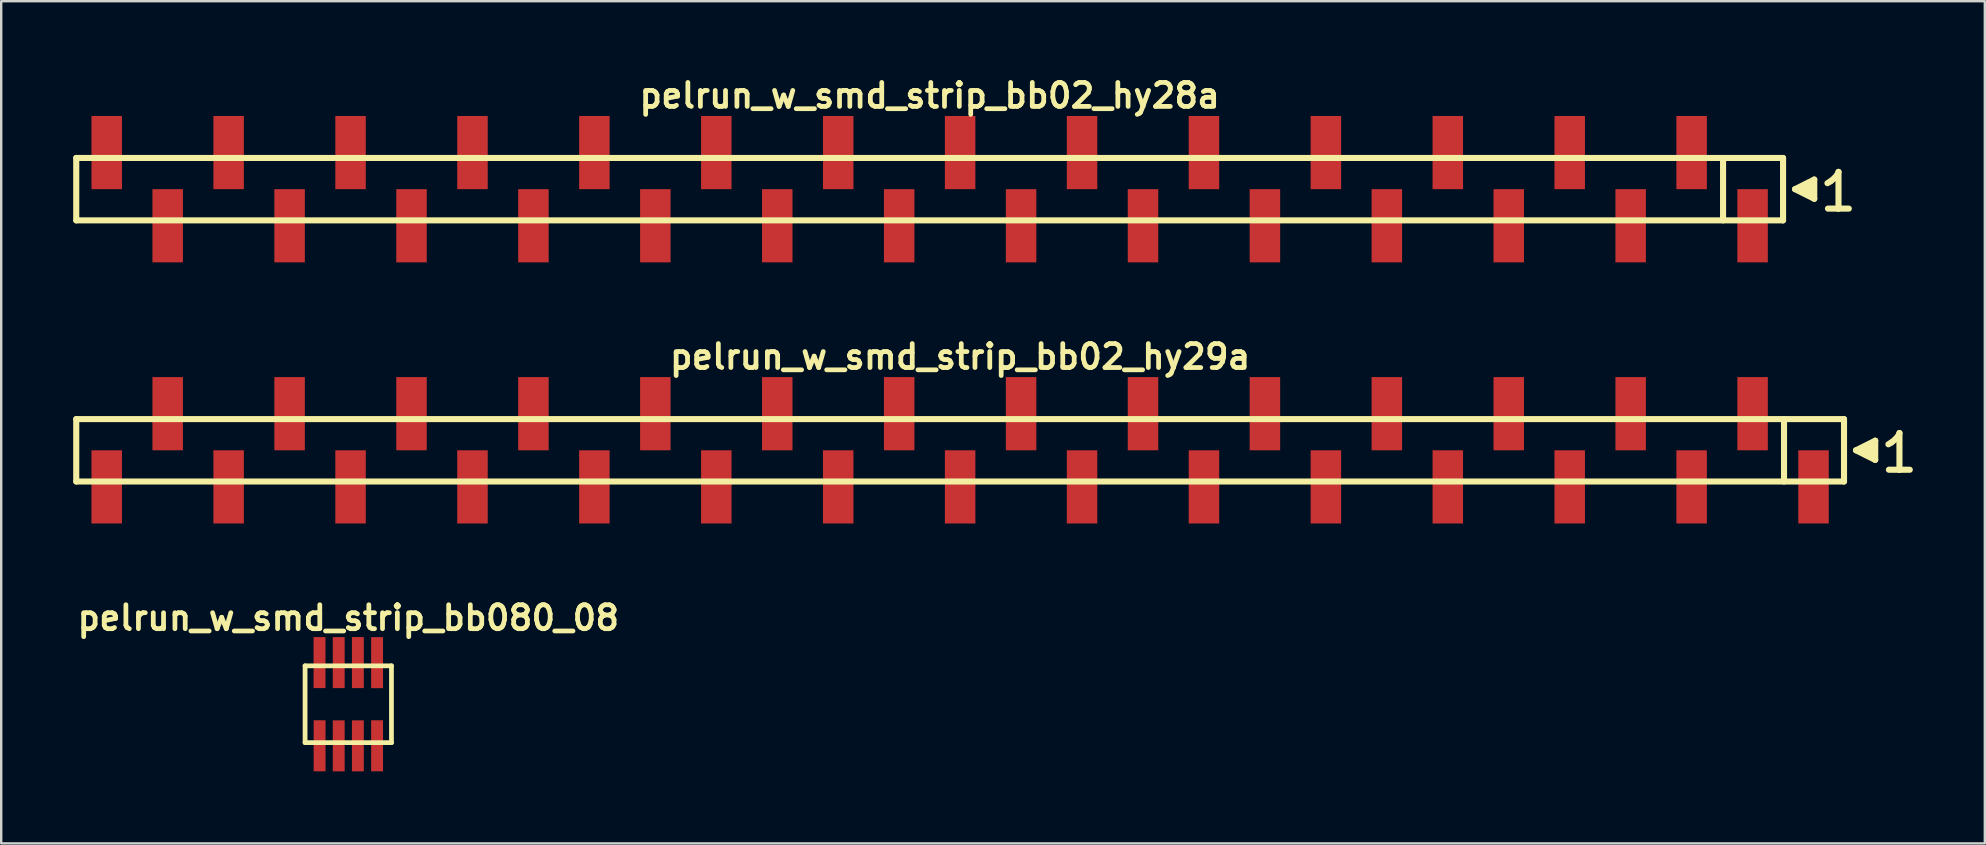
<source format=kicad_pcb>
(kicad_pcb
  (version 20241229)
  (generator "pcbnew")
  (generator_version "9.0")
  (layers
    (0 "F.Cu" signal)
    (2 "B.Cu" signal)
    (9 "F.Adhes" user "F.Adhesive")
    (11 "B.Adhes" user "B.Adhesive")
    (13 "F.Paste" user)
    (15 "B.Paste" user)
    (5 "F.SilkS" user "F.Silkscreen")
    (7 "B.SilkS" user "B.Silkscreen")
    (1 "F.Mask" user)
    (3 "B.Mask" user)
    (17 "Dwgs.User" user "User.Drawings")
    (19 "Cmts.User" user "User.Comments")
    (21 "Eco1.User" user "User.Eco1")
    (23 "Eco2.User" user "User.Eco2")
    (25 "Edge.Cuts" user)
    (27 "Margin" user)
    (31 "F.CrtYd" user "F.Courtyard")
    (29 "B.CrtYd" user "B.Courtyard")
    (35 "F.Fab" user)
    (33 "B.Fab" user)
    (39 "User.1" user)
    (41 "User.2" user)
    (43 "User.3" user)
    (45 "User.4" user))
  (footprint "pelrun_w_smd_strip_bb02_hy28a"
    (layer "F.Cu")
    (at 35.687 4.832)
    (property "Reference" "pelrun_w_smd_strip_bb02_hy28a" (at 0 -3.9 0) (layer "F.SilkS") (effects (font (size 0.998 0.998) (thickness 0.198))))
    (attr through_hole)
    (fp_line (start -35.56 -1.3) (end 35.56 -1.3) (stroke (width 0.254) (type solid)) (layer "F.SilkS"))
    (fp_line (start -35.56 1.3) (end -35.56 -1.3) (stroke (width 0.254) (type solid)) (layer "F.SilkS"))
    (fp_line (start 33.06 1.3) (end 33.06 -1.3) (stroke (width 0.254) (type solid)) (layer "F.SilkS"))
    (fp_line (start 35.56 -1.3) (end 35.56 1.3) (stroke (width 0.254) (type solid)) (layer "F.SilkS"))
    (fp_line (start 35.56 1.3) (end -35.56 1.3) (stroke (width 0.254) (type solid)) (layer "F.SilkS"))
    (fp_line (start 36.06 0) (end 36.86 0.4) (stroke (width 0.254) (type solid)) (layer "F.SilkS"))
    (fp_line (start 36.36 0.1) (end 36.36 -0.1) (stroke (width 0.254) (type solid)) (layer "F.SilkS"))
    (fp_line (start 36.46 -0.1) (end 36.46 0.1) (stroke (width 0.254) (type solid)) (layer "F.SilkS"))
    (fp_line (start 36.56 0.2) (end 36.56 -0.2) (stroke (width 0.254) (type solid)) (layer "F.SilkS"))
    (fp_line (start 36.66 -0.2) (end 36.66 0.2) (stroke (width 0.254) (type solid)) (layer "F.SilkS"))
    (fp_line (start 36.76 0.3) (end 36.76 -0.3) (stroke (width 0.254) (type solid)) (layer "F.SilkS"))
    (fp_line (start 36.86 -0.4) (end 36.06 0) (stroke (width 0.254) (type solid)) (layer "F.SilkS"))
    (fp_line (start 36.86 0.4) (end 36.86 -0.4) (stroke (width 0.254) (type solid)) (layer "F.SilkS"))
    (fp_line (start 37.41 -0.25) (end 37.54 -0.33) (stroke (width 0.254) (type solid)) (layer "F.SilkS"))
    (fp_line (start 37.54 -0.33) (end 37.7 -0.46) (stroke (width 0.254) (type solid)) (layer "F.SilkS"))
    (fp_line (start 37.7 -0.46) (end 37.84 -0.63) (stroke (width 0.254) (type solid)) (layer "F.SilkS"))
    (fp_line (start 37.84 -0.63) (end 37.87 -0.72) (stroke (width 0.254) (type solid)) (layer "F.SilkS"))
    (fp_line (start 37.87 -0.72) (end 37.87 0.81) (stroke (width 0.254) (type solid)) (layer "F.SilkS"))
    (fp_line (start 37.87 0.81) (end 37.43 0.81) (stroke (width 0.254) (type solid)) (layer "F.SilkS"))
    (fp_line (start 38.3 0.81) (end 37.86 0.81) (stroke (width 0.254) (type solid)) (layer "F.SilkS"))
    (pad "1" smd rect (at 34.29 1.525) (size 1.27 3.05) (layers "F.Cu" "F.Mask" "F.Paste"))
    (pad "2" smd rect (at 31.75 -1.525) (size 1.27 3.05) (layers "F.Cu" "F.Mask" "F.Paste"))
    (pad "3" smd rect (at 29.21 1.525) (size 1.27 3.05) (layers "F.Cu" "F.Mask" "F.Paste"))
    (pad "4" smd rect (at 26.67 -1.525) (size 1.27 3.05) (layers "F.Cu" "F.Mask" "F.Paste"))
    (pad "5" smd rect (at 24.13 1.525) (size 1.27 3.05) (layers "F.Cu" "F.Mask" "F.Paste"))
    (pad "6" smd rect (at 21.59 -1.525) (size 1.27 3.05) (layers "F.Cu" "F.Mask" "F.Paste"))
    (pad "7" smd rect (at 19.05 1.525) (size 1.27 3.05) (layers "F.Cu" "F.Mask" "F.Paste"))
    (pad "8" smd rect (at 16.51 -1.525) (size 1.27 3.05) (layers "F.Cu" "F.Mask" "F.Paste"))
    (pad "9" smd rect (at 13.97 1.525) (size 1.27 3.05) (layers "F.Cu" "F.Mask" "F.Paste"))
    (pad "10" smd rect (at 11.43 -1.525) (size 1.27 3.05) (layers "F.Cu" "F.Mask" "F.Paste"))
    (pad "11" smd rect (at 8.89 1.525) (size 1.27 3.05) (layers "F.Cu" "F.Mask" "F.Paste"))
    (pad "12" smd rect (at 6.35 -1.525) (size 1.27 3.05) (layers "F.Cu" "F.Mask" "F.Paste"))
    (pad "13" smd rect (at 3.81 1.525) (size 1.27 3.05) (layers "F.Cu" "F.Mask" "F.Paste"))
    (pad "14" smd rect (at 1.27 -1.525) (size 1.27 3.05) (layers "F.Cu" "F.Mask" "F.Paste"))
    (pad "15" smd rect (at -1.27 1.525) (size 1.27 3.05) (layers "F.Cu" "F.Mask" "F.Paste"))
    (pad "16" smd rect (at -3.81 -1.525) (size 1.27 3.05) (layers "F.Cu" "F.Mask" "F.Paste"))
    (pad "17" smd rect (at -6.35 1.525) (size 1.27 3.05) (layers "F.Cu" "F.Mask" "F.Paste"))
    (pad "18" smd rect (at -8.89 -1.525) (size 1.27 3.05) (layers "F.Cu" "F.Mask" "F.Paste"))
    (pad "19" smd rect (at -11.43 1.525) (size 1.27 3.05) (layers "F.Cu" "F.Mask" "F.Paste"))
    (pad "20" smd rect (at -13.97 -1.525) (size 1.27 3.05) (layers "F.Cu" "F.Mask" "F.Paste"))
    (pad "21" smd rect (at -16.51 1.525) (size 1.27 3.05) (layers "F.Cu" "F.Mask" "F.Paste"))
    (pad "22" smd rect (at -19.05 -1.525) (size 1.27 3.05) (layers "F.Cu" "F.Mask" "F.Paste"))
    (pad "23" smd rect (at -21.59 1.525) (size 1.27 3.05) (layers "F.Cu" "F.Mask" "F.Paste"))
    (pad "24" smd rect (at -24.13 -1.525) (size 1.27 3.05) (layers "F.Cu" "F.Mask" "F.Paste"))
    (pad "25" smd rect (at -26.67 1.525) (size 1.27 3.05) (layers "F.Cu" "F.Mask" "F.Paste"))
    (pad "26" smd rect (at -29.21 -1.525) (size 1.27 3.05) (layers "F.Cu" "F.Mask" "F.Paste"))
    (pad "27" smd rect (at -31.75 1.525) (size 1.27 3.05) (layers "F.Cu" "F.Mask" "F.Paste"))
    (pad "28" smd rect (at -34.29 -1.525) (size 1.27 3.05) (layers "F.Cu" "F.Mask" "F.Paste")))
  (footprint "pelrun_w_smd_strip_bb02_hy29a"
    (layer "F.Cu")
    (at 36.957 15.713)
    (property "Reference" "pelrun_w_smd_strip_bb02_hy29a" (at 0 -3.9 0) (layer "F.SilkS") (effects (font (size 0.998 0.998) (thickness 0.198))))
    (attr through_hole)
    (fp_line (start -36.83 -1.3) (end 36.83 -1.3) (stroke (width 0.254) (type solid)) (layer "F.SilkS"))
    (fp_line (start -36.83 1.3) (end -36.83 -1.3) (stroke (width 0.254) (type solid)) (layer "F.SilkS"))
    (fp_line (start 34.33 1.3) (end 34.33 -1.3) (stroke (width 0.254) (type solid)) (layer "F.SilkS"))
    (fp_line (start 36.83 -1.3) (end 36.83 1.3) (stroke (width 0.254) (type solid)) (layer "F.SilkS"))
    (fp_line (start 36.83 1.3) (end -36.83 1.3) (stroke (width 0.254) (type solid)) (layer "F.SilkS"))
    (fp_line (start 37.33 0) (end 38.13 0.4) (stroke (width 0.254) (type solid)) (layer "F.SilkS"))
    (fp_line (start 37.63 0.1) (end 37.63 -0.1) (stroke (width 0.254) (type solid)) (layer "F.SilkS"))
    (fp_line (start 37.73 -0.1) (end 37.73 0.1) (stroke (width 0.254) (type solid)) (layer "F.SilkS"))
    (fp_line (start 37.83 0.2) (end 37.83 -0.2) (stroke (width 0.254) (type solid)) (layer "F.SilkS"))
    (fp_line (start 37.93 -0.2) (end 37.93 0.2) (stroke (width 0.254) (type solid)) (layer "F.SilkS"))
    (fp_line (start 38.03 0.3) (end 38.03 -0.3) (stroke (width 0.254) (type solid)) (layer "F.SilkS"))
    (fp_line (start 38.13 -0.4) (end 37.33 0) (stroke (width 0.254) (type solid)) (layer "F.SilkS"))
    (fp_line (start 38.13 0.4) (end 38.13 -0.4) (stroke (width 0.254) (type solid)) (layer "F.SilkS"))
    (fp_line (start 38.68 -0.25) (end 38.81 -0.33) (stroke (width 0.254) (type solid)) (layer "F.SilkS"))
    (fp_line (start 38.81 -0.33) (end 38.97 -0.46) (stroke (width 0.254) (type solid)) (layer "F.SilkS"))
    (fp_line (start 38.97 -0.46) (end 39.11 -0.63) (stroke (width 0.254) (type solid)) (layer "F.SilkS"))
    (fp_line (start 39.11 -0.63) (end 39.14 -0.72) (stroke (width 0.254) (type solid)) (layer "F.SilkS"))
    (fp_line (start 39.14 -0.72) (end 39.14 0.81) (stroke (width 0.254) (type solid)) (layer "F.SilkS"))
    (fp_line (start 39.14 0.81) (end 38.7 0.81) (stroke (width 0.254) (type solid)) (layer "F.SilkS"))
    (fp_line (start 39.57 0.81) (end 39.13 0.81) (stroke (width 0.254) (type solid)) (layer "F.SilkS"))
    (pad "1" smd rect (at 35.56 1.525) (size 1.27 3.05) (layers "F.Cu" "F.Mask" "F.Paste"))
    (pad "2" smd rect (at 33.02 -1.525) (size 1.27 3.05) (layers "F.Cu" "F.Mask" "F.Paste"))
    (pad "3" smd rect (at 30.48 1.525) (size 1.27 3.05) (layers "F.Cu" "F.Mask" "F.Paste"))
    (pad "4" smd rect (at 27.94 -1.525) (size 1.27 3.05) (layers "F.Cu" "F.Mask" "F.Paste"))
    (pad "5" smd rect (at 25.4 1.525) (size 1.27 3.05) (layers "F.Cu" "F.Mask" "F.Paste"))
    (pad "6" smd rect (at 22.86 -1.525) (size 1.27 3.05) (layers "F.Cu" "F.Mask" "F.Paste"))
    (pad "7" smd rect (at 20.32 1.525) (size 1.27 3.05) (layers "F.Cu" "F.Mask" "F.Paste"))
    (pad "8" smd rect (at 17.78 -1.525) (size 1.27 3.05) (layers "F.Cu" "F.Mask" "F.Paste"))
    (pad "9" smd rect (at 15.24 1.525) (size 1.27 3.05) (layers "F.Cu" "F.Mask" "F.Paste"))
    (pad "10" smd rect (at 12.7 -1.525) (size 1.27 3.05) (layers "F.Cu" "F.Mask" "F.Paste"))
    (pad "11" smd rect (at 10.16 1.525) (size 1.27 3.05) (layers "F.Cu" "F.Mask" "F.Paste"))
    (pad "12" smd rect (at 7.62 -1.525) (size 1.27 3.05) (layers "F.Cu" "F.Mask" "F.Paste"))
    (pad "13" smd rect (at 5.08 1.525) (size 1.27 3.05) (layers "F.Cu" "F.Mask" "F.Paste"))
    (pad "14" smd rect (at 2.54 -1.525) (size 1.27 3.05) (layers "F.Cu" "F.Mask" "F.Paste"))
    (pad "15" smd rect (at 0 1.525) (size 1.27 3.05) (layers "F.Cu" "F.Mask" "F.Paste"))
    (pad "16" smd rect (at -2.54 -1.525) (size 1.27 3.05) (layers "F.Cu" "F.Mask" "F.Paste"))
    (pad "17" smd rect (at -5.08 1.525) (size 1.27 3.05) (layers "F.Cu" "F.Mask" "F.Paste"))
    (pad "18" smd rect (at -7.62 -1.525) (size 1.27 3.05) (layers "F.Cu" "F.Mask" "F.Paste"))
    (pad "19" smd rect (at -10.16 1.525) (size 1.27 3.05) (layers "F.Cu" "F.Mask" "F.Paste"))
    (pad "20" smd rect (at -12.7 -1.525) (size 1.27 3.05) (layers "F.Cu" "F.Mask" "F.Paste"))
    (pad "21" smd rect (at -15.24 1.525) (size 1.27 3.05) (layers "F.Cu" "F.Mask" "F.Paste"))
    (pad "22" smd rect (at -17.78 -1.525) (size 1.27 3.05) (layers "F.Cu" "F.Mask" "F.Paste"))
    (pad "23" smd rect (at -20.32 1.525) (size 1.27 3.05) (layers "F.Cu" "F.Mask" "F.Paste"))
    (pad "24" smd rect (at -22.86 -1.525) (size 1.27 3.05) (layers "F.Cu" "F.Mask" "F.Paste"))
    (pad "25" smd rect (at -25.4 1.525) (size 1.27 3.05) (layers "F.Cu" "F.Mask" "F.Paste"))
    (pad "26" smd rect (at -27.94 -1.525) (size 1.27 3.05) (layers "F.Cu" "F.Mask" "F.Paste"))
    (pad "27" smd rect (at -30.48 1.525) (size 1.27 3.05) (layers "F.Cu" "F.Mask" "F.Paste"))
    (pad "28" smd rect (at -33.02 -1.525) (size 1.27 3.05) (layers "F.Cu" "F.Mask" "F.Paste"))
    (pad "29" smd rect (at -35.56 1.525) (size 1.27 3.05) (layers "F.Cu" "F.Mask" "F.Paste")))
  (footprint "pelrun_w_smd_strip_bb080_08"
    (layer "F.Cu")
    (at 11.463 26.294)
    (property "Reference" "pelrun_w_smd_strip_bb080_08" (at 0 -3.599 0) (layer "F.SilkS") (effects (font (size 0.998 0.998) (thickness 0.198))))
    (attr through_hole)
    (fp_line (start -1.801 -1.6) (end -1.801 1.6) (stroke (width 0.198) (type solid)) (layer "F.SilkS"))
    (fp_line (start -1.801 -1.6) (end 1.801 -1.6) (stroke (width 0.198) (type solid)) (layer "F.SilkS"))
    (fp_line (start -1.801 1.6) (end 1.801 1.6) (stroke (width 0.198) (type solid)) (layer "F.SilkS"))
    (fp_line (start 1.798 1.6) (end 1.798 -1.6) (stroke (width 0.198) (type solid)) (layer "F.SilkS"))
    (pad "1" smd rect (at -1.196 1.732) (size 0.495 2.126) (layers "F.Cu" "F.Mask" "F.Paste"))
    (pad "2" smd rect (at -1.199 -1.735) (size 0.495 2.126) (layers "F.Cu" "F.Mask" "F.Paste"))
    (pad "3" smd rect (at -0.399 1.735) (size 0.495 2.126) (layers "F.Cu" "F.Mask" "F.Paste"))
    (pad "4" smd rect (at -0.399 -1.735) (size 0.495 2.126) (layers "F.Cu" "F.Mask" "F.Paste"))
    (pad "5" smd rect (at 0.399 1.735) (size 0.495 2.126) (layers "F.Cu" "F.Mask" "F.Paste"))
    (pad "6" smd rect (at 0.399 -1.735) (size 0.495 2.126) (layers "F.Cu" "F.Mask" "F.Paste"))
    (pad "7" smd rect (at 1.199 1.732) (size 0.495 2.126) (layers "F.Cu" "F.Mask" "F.Paste"))
    (pad "8" smd rect (at 1.199 -1.732) (size 0.495 2.126) (layers "F.Cu" "F.Mask" "F.Paste")))
  (gr_rect
    (start -3 -3)
    (end 79.654 32.092)
    (stroke (width 0.1) (type default))
    (fill no)
    (layer "Edge.Cuts")))
</source>
